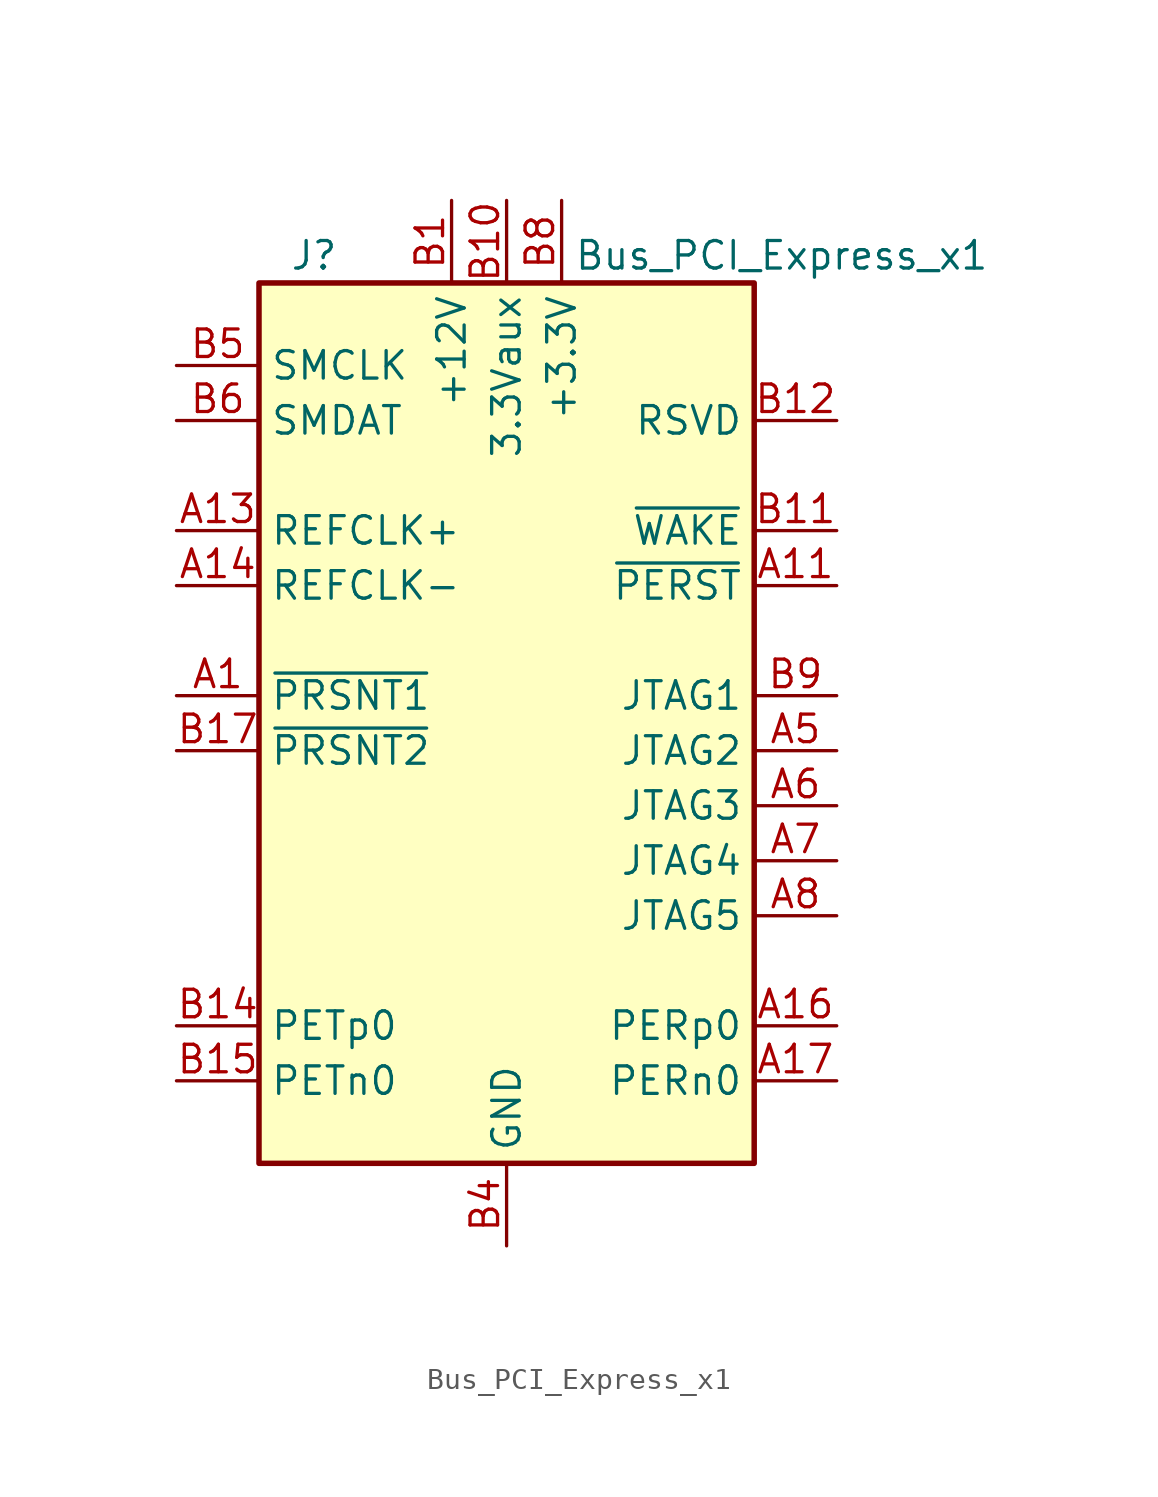
<source format=kicad_sym>
(kicad_symbol_lib
  (version 20211014)
  (generator kicad_symbol_editor)
  (symbol "Bus_PCI_Express_x1"
    (property "Reference" "J"
      (at -8.89 22.86 0)
      (effects (font (size 1.27 1.27))))
    (property "Value" "Bus_PCI_Express_x1"
      (at 12.7 22.86 0)
      (effects (font (size 1.27 1.27))))
    (symbol "Bus_PCI_Express_x1_0_1"
      (rectangle (start -11.43 21.59) (end 11.43 -19.05) (stroke (width 0.254) (type default) (color 0 0 0 0)) (fill (type background))))
    (symbol "Bus_PCI_Express_x1_1_1"
      (pin passive line (at -15.24 2.54 0) (length 3.81) (name "~{PRSNT1}" (effects (font (size 1.27 1.27)))) (number "A1" (effects (font (size 1.27 1.27)))))
      (pin passive line (at 2.54 25.4 270) (length 3.81) hide (name "+3.3V" (effects (font (size 1.27 1.27)))) (number "A10" (effects (font (size 1.27 1.27)))))
      (pin input line (at 15.24 7.62 180) (length 3.81) (name "~{PERST}" (effects (font (size 1.27 1.27)))) (number "A11" (effects (font (size 1.27 1.27)))))
      (pin passive line (at 0 -22.86 90) (length 3.81) hide (name "GND" (effects (font (size 1.27 1.27)))) (number "A12" (effects (font (size 1.27 1.27)))))
      (pin input line (at -15.24 10.16 0) (length 3.81) (name "REFCLK+" (effects (font (size 1.27 1.27)))) (number "A13" (effects (font (size 1.27 1.27)))))
      (pin input line (at -15.24 7.62 0) (length 3.81) (name "REFCLK-" (effects (font (size 1.27 1.27)))) (number "A14" (effects (font (size 1.27 1.27)))))
      (pin passive line (at 0 -22.86 90) (length 3.81) hide (name "GND" (effects (font (size 1.27 1.27)))) (number "A15" (effects (font (size 1.27 1.27)))))
      (pin output line (at 15.24 -12.7 180) (length 3.81) (name "PERp0" (effects (font (size 1.27 1.27)))) (number "A16" (effects (font (size 1.27 1.27)))))
      (pin output line (at 15.24 -15.24 180) (length 3.81) (name "PERn0" (effects (font (size 1.27 1.27)))) (number "A17" (effects (font (size 1.27 1.27)))))
      (pin passive line (at 0 -22.86 90) (length 3.81) hide (name "GND" (effects (font (size 1.27 1.27)))) (number "A18" (effects (font (size 1.27 1.27)))))
      (pin passive line (at -2.54 25.4 270) (length 3.81) hide (name "+12V" (effects (font (size 1.27 1.27)))) (number "A2" (effects (font (size 1.27 1.27)))))
      (pin passive line (at -2.54 25.4 270) (length 3.81) hide (name "+12V" (effects (font (size 1.27 1.27)))) (number "A3" (effects (font (size 1.27 1.27)))))
      (pin passive line (at 0 -22.86 90) (length 3.81) hide (name "GND" (effects (font (size 1.27 1.27)))) (number "A4" (effects (font (size 1.27 1.27)))))
      (pin input line (at 15.24 0 180) (length 3.81) (name "JTAG2" (effects (font (size 1.27 1.27)))) (number "A5" (effects (font (size 1.27 1.27)))))
      (pin input line (at 15.24 -2.54 180) (length 3.81) (name "JTAG3" (effects (font (size 1.27 1.27)))) (number "A6" (effects (font (size 1.27 1.27)))))
      (pin output line (at 15.24 -5.08 180) (length 3.81) (name "JTAG4" (effects (font (size 1.27 1.27)))) (number "A7" (effects (font (size 1.27 1.27)))))
      (pin input line (at 15.24 -7.62 180) (length 3.81) (name "JTAG5" (effects (font (size 1.27 1.27)))) (number "A8" (effects (font (size 1.27 1.27)))))
      (pin passive line (at 2.54 25.4 270) (length 3.81) hide (name "+3.3V" (effects (font (size 1.27 1.27)))) (number "A9" (effects (font (size 1.27 1.27)))))
      (pin power_in line (at -2.54 25.4 270) (length 3.81) (name "+12V" (effects (font (size 1.27 1.27)))) (number "B1" (effects (font (size 1.27 1.27)))))
      (pin power_in line (at 0 25.4 270) (length 3.81) (name "3.3Vaux" (effects (font (size 1.27 1.27)))) (number "B10" (effects (font (size 1.27 1.27)))))
      (pin open_collector line (at 15.24 10.16 180) (length 3.81) (name "~{WAKE}" (effects (font (size 1.27 1.27)))) (number "B11" (effects (font (size 1.27 1.27)))))
      (pin passive line (at 15.24 15.24 180) (length 3.81) (name "RSVD" (effects (font (size 1.27 1.27)))) (number "B12" (effects (font (size 1.27 1.27)))))
      (pin passive line (at 0 -22.86 90) (length 3.81) hide (name "GND" (effects (font (size 1.27 1.27)))) (number "B13" (effects (font (size 1.27 1.27)))))
      (pin input line (at -15.24 -12.7 0) (length 3.81) (name "PETp0" (effects (font (size 1.27 1.27)))) (number "B14" (effects (font (size 1.27 1.27)))))
      (pin input line (at -15.24 -15.24 0) (length 3.81) (name "PETn0" (effects (font (size 1.27 1.27)))) (number "B15" (effects (font (size 1.27 1.27)))))
      (pin passive line (at 0 -22.86 90) (length 3.81) hide (name "GND" (effects (font (size 1.27 1.27)))) (number "B16" (effects (font (size 1.27 1.27)))))
      (pin passive line (at -15.24 0 0) (length 3.81) (name "~{PRSNT2}" (effects (font (size 1.27 1.27)))) (number "B17" (effects (font (size 1.27 1.27)))))
      (pin passive line (at 0 -22.86 90) (length 3.81) hide (name "GND" (effects (font (size 1.27 1.27)))) (number "B18" (effects (font (size 1.27 1.27)))))
      (pin passive line (at -2.54 25.4 270) (length 3.81) hide (name "+12V" (effects (font (size 1.27 1.27)))) (number "B2" (effects (font (size 1.27 1.27)))))
      (pin passive line (at -2.54 25.4 270) (length 3.81) hide (name "+12V" (effects (font (size 1.27 1.27)))) (number "B3" (effects (font (size 1.27 1.27)))))
      (pin power_in line (at 0 -22.86 90) (length 3.81) (name "GND" (effects (font (size 1.27 1.27)))) (number "B4" (effects (font (size 1.27 1.27)))))
      (pin input line (at -15.24 17.78 0) (length 3.81) (name "SMCLK" (effects (font (size 1.27 1.27)))) (number "B5" (effects (font (size 1.27 1.27)))))
      (pin bidirectional line (at -15.24 15.24 0) (length 3.81) (name "SMDAT" (effects (font (size 1.27 1.27)))) (number "B6" (effects (font (size 1.27 1.27)))))
      (pin passive line (at 0 -22.86 90) (length 3.81) hide (name "GND" (effects (font (size 1.27 1.27)))) (number "B7" (effects (font (size 1.27 1.27)))))
      (pin power_in line (at 2.54 25.4 270) (length 3.81) (name "+3.3V" (effects (font (size 1.27 1.27)))) (number "B8" (effects (font (size 1.27 1.27)))))
      (pin input line (at 15.24 2.54 180) (length 3.81) (name "JTAG1" (effects (font (size 1.27 1.27)))) (number "B9" (effects (font (size 1.27 1.27))))))))
</source>
